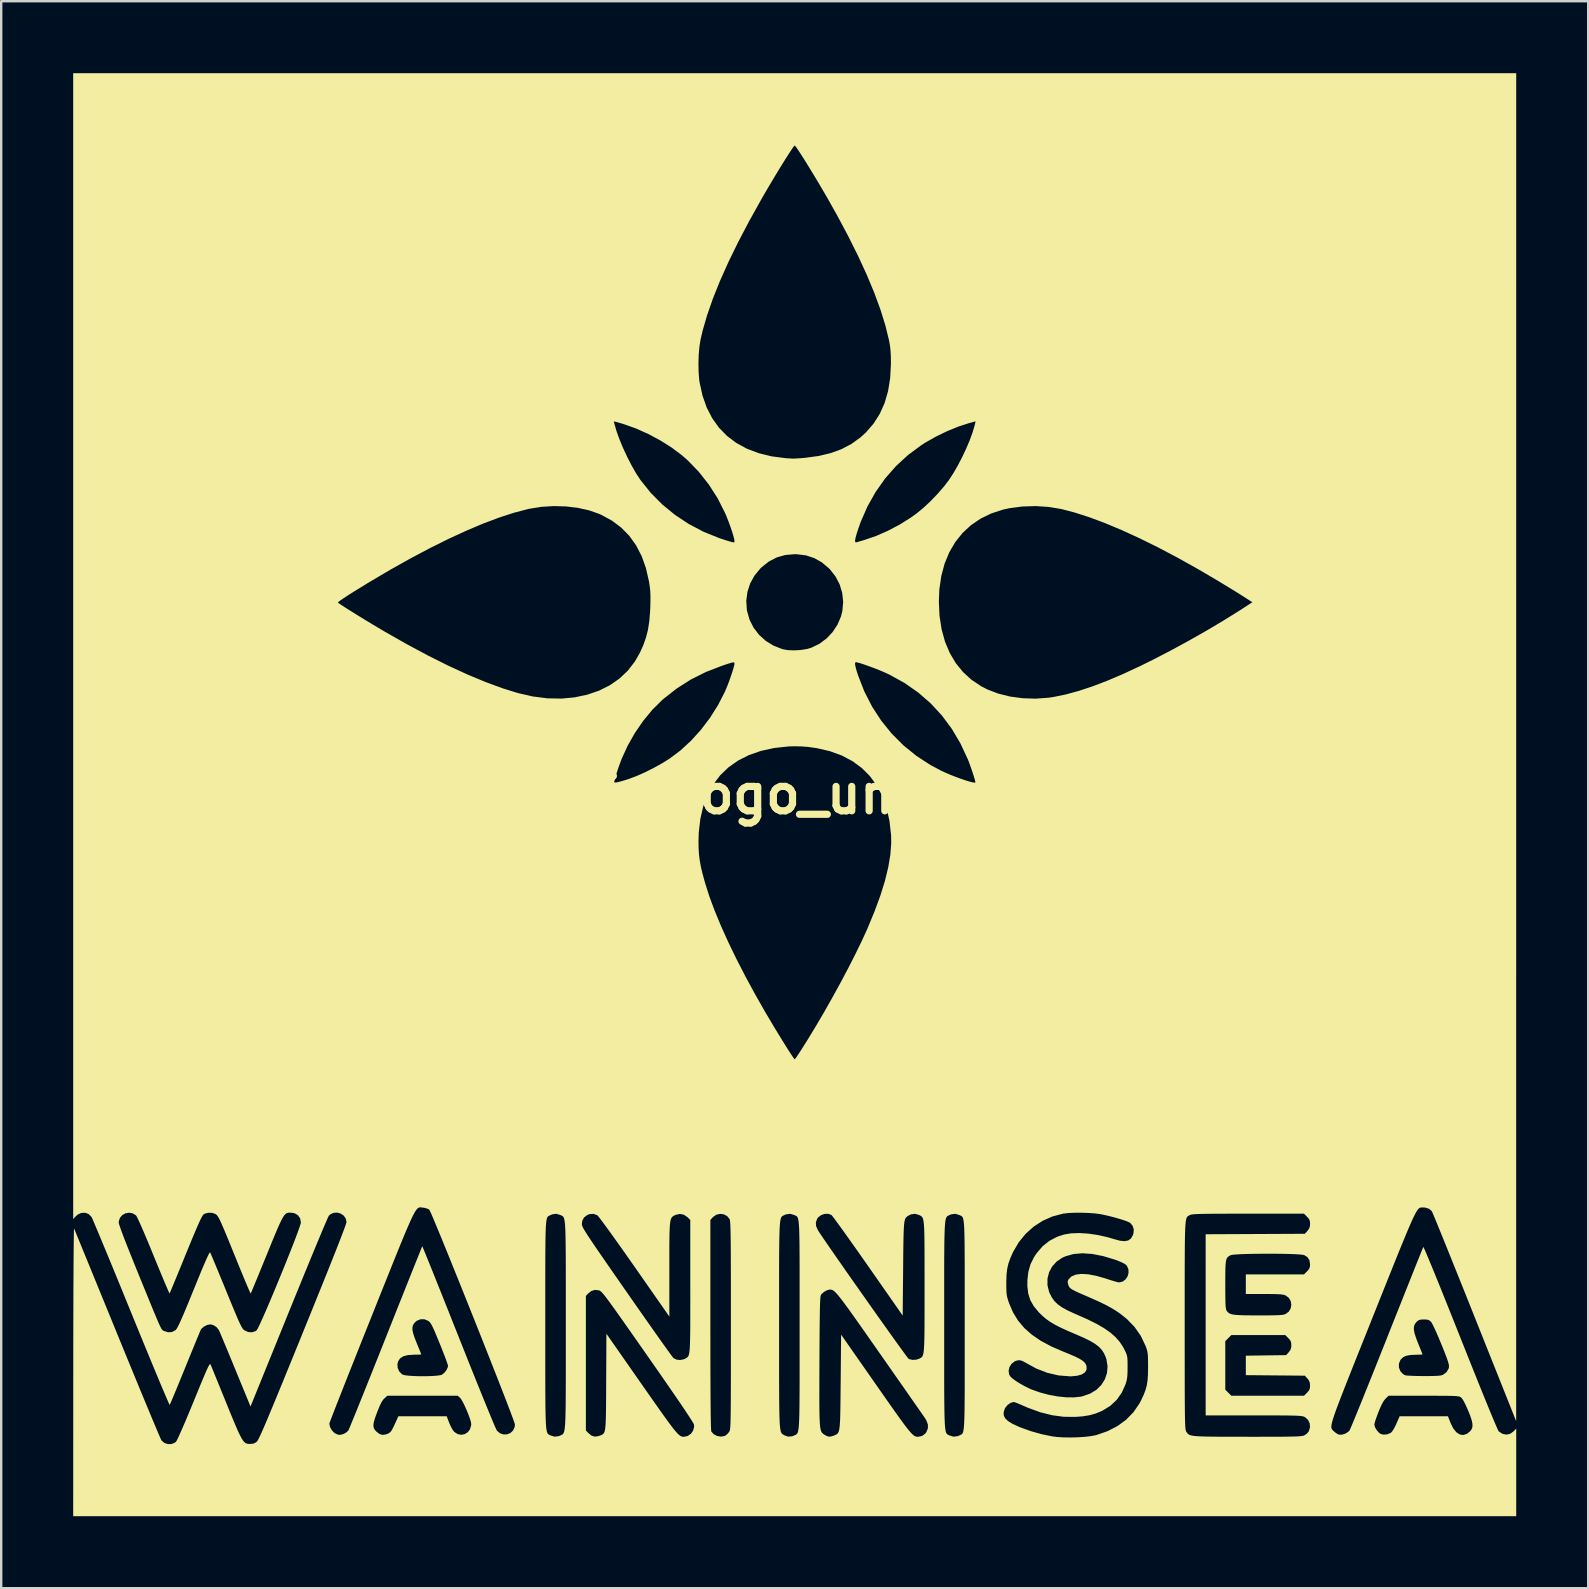
<source format=kicad_pcb>
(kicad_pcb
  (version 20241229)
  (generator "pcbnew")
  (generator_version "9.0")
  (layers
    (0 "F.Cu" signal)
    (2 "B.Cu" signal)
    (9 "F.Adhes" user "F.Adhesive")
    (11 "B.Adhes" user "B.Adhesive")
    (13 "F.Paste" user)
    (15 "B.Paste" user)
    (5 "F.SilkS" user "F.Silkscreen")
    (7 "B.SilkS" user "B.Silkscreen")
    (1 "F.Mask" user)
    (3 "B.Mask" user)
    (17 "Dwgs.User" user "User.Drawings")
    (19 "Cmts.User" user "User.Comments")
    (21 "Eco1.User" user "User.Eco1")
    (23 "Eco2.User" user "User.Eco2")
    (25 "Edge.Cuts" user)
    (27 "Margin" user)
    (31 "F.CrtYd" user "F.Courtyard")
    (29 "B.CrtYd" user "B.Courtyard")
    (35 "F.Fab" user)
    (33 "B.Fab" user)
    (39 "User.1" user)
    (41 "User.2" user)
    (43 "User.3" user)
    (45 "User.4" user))
  (footprint "1C23_powertrain_logo_unterschrift_inverted"
    (layer "F.Cu")
    (at 30.049 30.049)
    (property "Reference" "1C23_powertrain_logo_unterschrift_inverted" (at 0 0 0) (layer "F.SilkS") (effects (font (size 1.524 1.524) (thickness 0.3))))
    (attr board_only exclude_from_pos_files exclude_from_bom)
    (fp_poly (pts (xy 30.085 -1.962) (xy 30.084 26.125) (xy 28.358 21.799) (xy 28.142 21.256) (xy 27.932 20.732) (xy 27.731 20.23) (xy 27.54 19.755) (xy 27.361 19.31) (xy 27.196 18.901) (xy 27.047 18.532) (xy 26.914 18.206) (xy 26.801 17.928) (xy 26.708 17.702) (xy 26.638 17.533) (xy 26.592 17.424) (xy 26.572 17.381) (xy 26.46 17.277) (xy 26.296 17.225) (xy 26.198 17.218) (xy 26.16 17.218) (xy 26.125 17.219) (xy 26.092 17.225) (xy 26.059 17.239) (xy 26.025 17.265) (xy 25.987 17.306) (xy 25.945 17.366) (xy 25.897 17.448) (xy 25.841 17.555) (xy 25.775 17.692) (xy 25.699 17.86) (xy 25.61 18.065) (xy 25.507 18.31) (xy 25.388 18.597) (xy 25.251 18.93) (xy 25.096 19.313) (xy 24.921 19.749) (xy 24.723 20.242) (xy 24.502 20.795) (xy 24.256 21.412) (xy 24.097 21.809) (xy 23.837 22.461) (xy 23.602 23.048) (xy 23.393 23.572) (xy 23.207 24.039) (xy 23.044 24.451) (xy 22.902 24.811) (xy 22.78 25.125) (xy 22.677 25.394) (xy 22.591 25.623) (xy 22.522 25.816) (xy 22.469 25.976) (xy 22.429 26.106) (xy 22.402 26.211) (xy 22.386 26.293) (xy 22.381 26.357) (xy 22.385 26.407) (xy 22.396 26.445) (xy 22.415 26.475) (xy 22.439 26.501) (xy 22.467 26.528) (xy 22.497 26.557) (xy 22.592 26.632) (xy 22.688 26.682) (xy 22.701 26.686) (xy 22.831 26.686) (xy 22.974 26.64) (xy 23.097 26.559) (xy 23.137 26.516) (xy 23.16 26.469) (xy 23.208 26.358) (xy 23.246 26.269) (xy 24.173 26.269) (xy 24.2 26.375) (xy 24.269 26.496) (xy 24.361 26.602) (xy 24.434 26.656) (xy 24.562 26.687) (xy 24.711 26.673) (xy 24.849 26.617) (xy 24.872 26.6) (xy 24.927 26.537) (xy 24.996 26.424) (xy 25.068 26.283) (xy 25.093 26.227) (xy 25.227 25.921) (xy 27.241 25.921) (xy 27.352 26.204) (xy 27.463 26.427) (xy 27.59 26.586) (xy 27.729 26.678) (xy 27.876 26.702) (xy 28.026 26.655) (xy 28.157 26.554) (xy 28.225 26.466) (xy 28.261 26.365) (xy 28.262 26.239) (xy 28.229 26.08) (xy 28.16 25.875) (xy 28.074 25.663) (xy 27.977 25.447) (xy 27.892 25.28) (xy 27.821 25.172) (xy 27.79 25.14) (xy 27.764 25.121) (xy 27.731 25.106) (xy 27.686 25.093) (xy 27.621 25.084) (xy 27.528 25.077) (xy 27.401 25.072) (xy 27.231 25.069) (xy 27.012 25.067) (xy 26.736 25.066) (xy 26.396 25.065) (xy 26.231 25.065) (xy 24.767 25.065) (xy 24.641 25.186) (xy 24.565 25.279) (xy 24.486 25.418) (xy 24.397 25.613) (xy 24.344 25.744) (xy 24.278 25.919) (xy 24.224 26.075) (xy 24.187 26.197) (xy 24.173 26.267) (xy 24.173 26.269) (xy 23.246 26.269) (xy 23.28 26.187) (xy 23.374 25.96) (xy 23.487 25.683) (xy 23.619 25.36) (xy 23.766 24.994) (xy 23.928 24.592) (xy 24.103 24.158) (xy 24.274 23.729) (xy 25.197 23.729) (xy 25.198 23.89) (xy 25.256 24.04) (xy 25.366 24.16) (xy 25.456 24.212) (xy 25.515 24.222) (xy 25.636 24.23) (xy 25.805 24.238) (xy 26.009 24.243) (xy 26.229 24.245) (xy 26.499 24.244) (xy 26.703 24.24) (xy 26.852 24.232) (xy 26.954 24.218) (xy 27.019 24.2) (xy 27.029 24.195) (xy 27.181 24.083) (xy 27.267 23.938) (xy 27.283 23.871) (xy 27.284 23.816) (xy 27.271 23.74) (xy 27.241 23.634) (xy 27.191 23.489) (xy 27.118 23.297) (xy 27.019 23.049) (xy 26.962 22.908) (xy 26.856 22.652) (xy 26.757 22.424) (xy 26.669 22.232) (xy 26.597 22.087) (xy 26.545 21.997) (xy 26.531 21.979) (xy 26.46 21.921) (xy 26.375 21.893) (xy 26.248 21.886) (xy 26.237 21.886) (xy 26.106 21.892) (xy 26.019 21.918) (xy 25.946 21.974) (xy 25.936 21.984) (xy 25.863 22.076) (xy 25.824 22.18) (xy 25.819 22.307) (xy 25.85 22.468) (xy 25.917 22.674) (xy 25.993 22.869) (xy 26.062 23.039) (xy 26.12 23.183) (xy 26.161 23.288) (xy 26.18 23.34) (xy 26.181 23.343) (xy 26.147 23.349) (xy 26.056 23.353) (xy 25.927 23.356) (xy 25.893 23.357) (xy 25.664 23.368) (xy 25.494 23.402) (xy 25.369 23.462) (xy 25.275 23.555) (xy 25.259 23.578) (xy 25.197 23.729) (xy 24.274 23.729) (xy 24.287 23.695) (xy 24.481 23.209) (xy 24.682 22.705) (xy 24.696 22.668) (xy 24.896 22.164) (xy 25.089 21.678) (xy 25.273 21.217) (xy 25.445 20.783) (xy 25.605 20.382) (xy 25.75 20.018) (xy 25.879 19.695) (xy 25.989 19.419) (xy 26.08 19.194) (xy 26.148 19.023) (xy 26.193 18.912) (xy 26.213 18.866) (xy 26.213 18.865) (xy 26.23 18.892) (xy 26.274 18.985) (xy 26.341 19.14) (xy 26.431 19.354) (xy 26.543 19.624) (xy 26.676 19.946) (xy 26.827 20.317) (xy 26.995 20.733) (xy 27.179 21.191) (xy 27.378 21.688) (xy 27.59 22.22) (xy 27.76 22.647) (xy 27.994 23.235) (xy 28.213 23.785) (xy 28.418 24.294) (xy 28.605 24.76) (xy 28.775 25.179) (xy 28.926 25.548) (xy 29.056 25.864) (xy 29.165 26.124) (xy 29.251 26.325) (xy 29.313 26.464) (xy 29.35 26.539) (xy 29.357 26.55) (xy 29.512 26.652) (xy 29.676 26.686) (xy 29.835 26.651) (xy 29.979 26.548) (xy 29.982 26.544) (xy 30.086 26.433) (xy 30.086 30.086) (xy -30.049 30.086) (xy -30.046 24.052) (xy -30.046 23.389) (xy -30.045 22.748) (xy -30.044 22.132) (xy -30.042 21.545) (xy -30.041 20.991) (xy -30.039 20.473) (xy -30.036 19.995) (xy -30.034 19.562) (xy -30.031 19.178) (xy -30.028 18.845) (xy -30.025 18.568) (xy -30.022 18.35) (xy -30.019 18.197) (xy -30.015 18.11) (xy -30.012 18.092) (xy -29.995 18.136) (xy -29.951 18.243) (xy -29.882 18.412) (xy -29.79 18.636) (xy -29.677 18.913) (xy -29.544 19.237) (xy -29.393 19.605) (xy -29.227 20.012) (xy -29.046 20.455) (xy -28.852 20.929) (xy -28.647 21.429) (xy -28.433 21.952) (xy -28.212 22.494) (xy -28.21 22.499) (xy -27.988 23.041) (xy -27.773 23.566) (xy -27.567 24.067) (xy -27.371 24.542) (xy -27.188 24.987) (xy -27.018 25.396) (xy -26.864 25.766) (xy -26.728 26.093) (xy -26.611 26.371) (xy -26.515 26.598) (xy -26.442 26.769) (xy -26.394 26.879) (xy -26.371 26.925) (xy -26.371 26.925) (xy -26.256 27.027) (xy -26.11 27.079) (xy -25.956 27.079) (xy -25.815 27.023) (xy -25.762 26.979) (xy -25.731 26.927) (xy -25.675 26.814) (xy -25.598 26.644) (xy -25.502 26.427) (xy -25.39 26.169) (xy -25.267 25.875) (xy -25.133 25.555) (xy -25.022 25.284) (xy -24.868 24.908) (xy -24.74 24.595) (xy -24.634 24.342) (xy -24.549 24.141) (xy -24.482 23.988) (xy -24.43 23.877) (xy -24.391 23.804) (xy -24.364 23.763) (xy -24.344 23.748) (xy -24.33 23.754) (xy -24.324 23.765) (xy -24.302 23.818) (xy -24.254 23.932) (xy -24.185 24.101) (xy -24.098 24.315) (xy -23.995 24.568) (xy -23.879 24.852) (xy -23.753 25.16) (xy -23.671 25.363) (xy -23.514 25.75) (xy -23.38 26.074) (xy -23.268 26.34) (xy -23.174 26.554) (xy -23.094 26.722) (xy -23.026 26.849) (xy -22.965 26.941) (xy -22.909 27.004) (xy -22.855 27.043) (xy -22.798 27.064) (xy -22.736 27.072) (xy -22.667 27.073) (xy -22.535 27.06) (xy -22.434 27.008) (xy -22.391 26.971) (xy -22.369 26.944) (xy -22.34 26.894) (xy -22.3 26.816) (xy -22.249 26.708) (xy -22.185 26.567) (xy -22.107 26.39) (xy -22.038 26.229) (xy -19.375 26.229) (xy -19.346 26.367) (xy -19.269 26.506) (xy -19.164 26.613) (xy -19.145 26.626) (xy -19.025 26.685) (xy -18.919 26.696) (xy -18.791 26.66) (xy -18.763 26.649) (xy -18.661 26.589) (xy -18.584 26.515) (xy -18.581 26.509) (xy -18.56 26.464) (xy -18.513 26.354) (xy -18.487 26.289) (xy -17.539 26.289) (xy -17.528 26.393) (xy -17.486 26.479) (xy -17.414 26.56) (xy -17.413 26.56) (xy -17.281 26.661) (xy -17.154 26.698) (xy -17.011 26.675) (xy -16.936 26.647) (xy -16.87 26.612) (xy -16.815 26.561) (xy -16.76 26.478) (xy -16.694 26.349) (xy -16.651 26.256) (xy -16.498 25.921) (xy -14.484 25.921) (xy -14.379 26.196) (xy -14.314 26.343) (xy -14.242 26.474) (xy -14.177 26.563) (xy -14.171 26.569) (xy -14.028 26.663) (xy -13.877 26.693) (xy -13.731 26.664) (xy -13.604 26.584) (xy -13.511 26.459) (xy -13.465 26.295) (xy -13.462 26.243) (xy -13.478 26.146) (xy -13.522 26.003) (xy -13.585 25.831) (xy -13.661 25.647) (xy -13.741 25.468) (xy -13.82 25.313) (xy -13.888 25.198) (xy -13.929 25.149) (xy -14.024 25.065) (xy -16.956 25.065) (xy -17.078 25.173) (xy -17.142 25.242) (xy -17.205 25.342) (xy -17.274 25.485) (xy -17.356 25.683) (xy -17.382 25.748) (xy -17.466 25.979) (xy -17.519 26.155) (xy -17.539 26.289) (xy -18.487 26.289) (xy -18.443 26.183) (xy -18.351 25.958) (xy -18.238 25.681) (xy -18.108 25.358) (xy -17.961 24.993) (xy -17.8 24.591) (xy -17.626 24.157) (xy -17.458 23.736) (xy -16.536 23.736) (xy -16.529 23.896) (xy -16.466 24.046) (xy -16.358 24.161) (xy -16.314 24.187) (xy -16.226 24.211) (xy -16.08 24.229) (xy -15.891 24.242) (xy -15.675 24.25) (xy -15.447 24.252) (xy -15.222 24.248) (xy -15.017 24.239) (xy -14.847 24.224) (xy -14.726 24.204) (xy -14.686 24.19) (xy -14.581 24.108) (xy -14.491 23.992) (xy -14.437 23.871) (xy -14.429 23.817) (xy -14.443 23.763) (xy -14.481 23.65) (xy -14.54 23.489) (xy -14.616 23.29) (xy -14.705 23.064) (xy -14.776 22.888) (xy -14.887 22.618) (xy -14.974 22.409) (xy -15.044 22.252) (xy -15.1 22.137) (xy -15.146 22.057) (xy -15.188 22.002) (xy -15.229 21.963) (xy -15.25 21.947) (xy -15.41 21.879) (xy -15.576 21.878) (xy -15.73 21.941) (xy -15.813 22.013) (xy -15.877 22.101) (xy -15.91 22.199) (xy -15.912 22.318) (xy -15.881 22.469) (xy -15.816 22.663) (xy -15.731 22.878) (xy -15.662 23.047) (xy -15.604 23.188) (xy -15.564 23.29) (xy -15.545 23.339) (xy -15.545 23.341) (xy -15.579 23.347) (xy -15.67 23.352) (xy -15.801 23.354) (xy -15.844 23.355) (xy -16.099 23.371) (xy -16.292 23.421) (xy -16.427 23.508) (xy -16.509 23.635) (xy -16.536 23.736) (xy -17.458 23.736) (xy -17.441 23.694) (xy -17.247 23.207) (xy -17.046 22.702) (xy -17.021 22.637) (xy -16.82 22.132) (xy -16.627 21.646) (xy -16.443 21.184) (xy -16.27 20.75) (xy -16.11 20.349) (xy -15.965 19.986) (xy -15.837 19.664) (xy -15.726 19.389) (xy -15.636 19.164) (xy -15.568 18.994) (xy -15.523 18.884) (xy -15.503 18.838) (xy -15.503 18.837) (xy -15.487 18.869) (xy -15.446 18.966) (xy -15.382 19.123) (xy -15.295 19.336) (xy -15.188 19.6) (xy -15.062 19.912) (xy -14.92 20.267) (xy -14.763 20.66) (xy -14.592 21.087) (xy -14.41 21.543) (xy -14.219 22.025) (xy -14.019 22.528) (xy -13.982 22.62) (xy -13.78 23.128) (xy -13.585 23.619) (xy -13.397 24.087) (xy -13.22 24.527) (xy -13.055 24.936) (xy -12.904 25.308) (xy -12.768 25.639) (xy -12.651 25.924) (xy -12.553 26.159) (xy -12.476 26.339) (xy -12.422 26.46) (xy -12.394 26.517) (xy -12.392 26.519) (xy -12.261 26.63) (xy -12.114 26.679) (xy -11.964 26.673) (xy -11.828 26.617) (xy -11.719 26.515) (xy -11.653 26.372) (xy -11.64 26.264) (xy -11.654 26.213) (xy -11.693 26.099) (xy -11.757 25.925) (xy -11.842 25.698) (xy -11.947 25.423) (xy -12.07 25.104) (xy -12.209 24.747) (xy -12.361 24.356) (xy -12.526 23.938) (xy -12.7 23.495) (xy -12.882 23.035) (xy -13.069 22.562) (xy -13.261 22.08) (xy -13.454 21.596) (xy -13.647 21.113) (xy -13.829 20.659) (xy -10.376 20.659) (xy -10.376 21.236) (xy -10.376 21.883) (xy -10.376 22.1) (xy -10.376 22.773) (xy -10.376 23.375) (xy -10.376 23.911) (xy -10.375 24.385) (xy -10.374 24.799) (xy -10.372 25.16) (xy -10.37 25.47) (xy -10.366 25.733) (xy -10.36 25.954) (xy -10.354 26.137) (xy -10.346 26.285) (xy -10.335 26.402) (xy -10.323 26.492) (xy -10.309 26.56) (xy -10.292 26.61) (xy -10.272 26.644) (xy -10.25 26.668) (xy -10.225 26.685) (xy -10.197 26.7) (xy -10.165 26.716) (xy -10.161 26.718) (xy -9.991 26.77) (xy -9.817 26.751) (xy -9.747 26.722) (xy -9.713 26.706) (xy -9.683 26.691) (xy -9.656 26.674) (xy -9.632 26.65) (xy -9.611 26.617) (xy -9.593 26.569) (xy -9.579 26.51) (xy -8.684 26.51) (xy -8.591 26.61) (xy -8.453 26.725) (xy -8.312 26.77) (xy -8.155 26.747) (xy -8.095 26.725) (xy -8.043 26.704) (xy -7.999 26.683) (xy -7.962 26.656) (xy -7.931 26.617) (xy -7.906 26.561) (xy -7.887 26.482) (xy -7.872 26.373) (xy -7.861 26.229) (xy -7.853 26.044) (xy -7.848 25.811) (xy -7.844 25.526) (xy -7.841 25.182) (xy -7.839 24.774) (xy -7.838 24.482) (xy -7.828 22.482) (xy -6.368 24.573) (xy -6.074 24.992) (xy -5.82 25.355) (xy -5.601 25.665) (xy -5.415 25.927) (xy -5.258 26.143) (xy -5.127 26.32) (xy -5.018 26.46) (xy -4.928 26.568) (xy -4.854 26.649) (xy -4.792 26.705) (xy -4.74 26.742) (xy -4.693 26.763) (xy -4.648 26.773) (xy -4.602 26.776) (xy -4.593 26.776) (xy -4.439 26.742) (xy -4.308 26.651) (xy -4.215 26.519) (xy -4.173 26.363) (xy -4.177 26.272) (xy -4.202 26.217) (xy -4.269 26.105) (xy -4.378 25.935) (xy -4.529 25.706) (xy -4.722 25.419) (xy -4.959 25.073) (xy -5.238 24.668) (xy -5.56 24.203) (xy -5.925 23.679) (xy -6.097 23.433) (xy -6.425 22.964) (xy -6.714 22.552) (xy -6.966 22.193) (xy -7.183 21.884) (xy -7.37 21.62) (xy -7.528 21.399) (xy -7.66 21.216) (xy -7.769 21.068) (xy -7.858 20.95) (xy -7.93 20.859) (xy -7.987 20.792) (xy -8.033 20.744) (xy -8.07 20.711) (xy -8.1 20.691) (xy -8.128 20.678) (xy -8.143 20.673) (xy -8.312 20.654) (xy -8.465 20.705) (xy -8.596 20.813) (xy -8.684 20.906) (xy -8.684 26.51) (xy -9.579 26.51) (xy -9.577 26.502) (xy -9.564 26.413) (xy -9.553 26.298) (xy -9.544 26.153) (xy -9.537 25.974) (xy -9.531 25.756) (xy -9.527 25.496) (xy -9.524 25.19) (xy -9.522 24.834) (xy -9.521 24.423) (xy -9.52 23.955) (xy -9.52 23.424) (xy -9.52 22.827) (xy -9.52 22.16) (xy -9.52 22.111) (xy -9.52 21.441) (xy -9.52 20.842) (xy -9.52 20.309) (xy -9.521 19.839) (xy -9.522 19.427) (xy -9.524 19.069) (xy -9.527 18.762) (xy -9.531 18.501) (xy -9.536 18.283) (xy -9.543 18.103) (xy -9.552 17.957) (xy -9.556 17.909) (xy -8.851 17.909) (xy -8.849 17.939) (xy -8.84 17.975) (xy -8.822 18.02) (xy -8.793 18.08) (xy -8.75 18.157) (xy -8.689 18.256) (xy -8.61 18.38) (xy -8.508 18.535) (xy -8.382 18.722) (xy -8.229 18.948) (xy -8.045 19.214) (xy -7.83 19.526) (xy -7.579 19.888) (xy -7.291 20.303) (xy -6.989 20.736) (xy -6.71 21.137) (xy -6.441 21.521) (xy -6.186 21.885) (xy -5.948 22.223) (xy -5.731 22.531) (xy -5.537 22.805) (xy -5.369 23.039) (xy -5.232 23.23) (xy -5.128 23.373) (xy -5.061 23.463) (xy -5.035 23.494) (xy -4.912 23.559) (xy -4.76 23.577) (xy -4.604 23.547) (xy -4.536 23.516) (xy -4.499 23.494) (xy -4.466 23.473) (xy -4.438 23.447) (xy -4.414 23.412) (xy -4.394 23.362) (xy -4.378 23.292) (xy -4.365 23.198) (xy -4.354 23.074) (xy -4.347 22.915) (xy -4.341 22.716) (xy -4.337 22.472) (xy -4.334 22.178) (xy -4.334 22.112) (xy -3.496 22.112) (xy -3.495 22.862) (xy -3.495 23.538) (xy -3.493 24.143) (xy -3.491 24.677) (xy -3.489 25.142) (xy -3.485 25.538) (xy -3.482 25.868) (xy -3.477 26.132) (xy -3.472 26.332) (xy -3.466 26.468) (xy -3.46 26.543) (xy -3.456 26.557) (xy -3.358 26.668) (xy -3.218 26.741) (xy -3.06 26.768) (xy -2.91 26.744) (xy -2.871 26.726) (xy -2.789 26.661) (xy -2.714 26.57) (xy -2.713 26.569) (xy -2.702 26.551) (xy -2.692 26.528) (xy -2.683 26.497) (xy -2.676 26.454) (xy -2.669 26.394) (xy -2.663 26.314) (xy -2.658 26.209) (xy -2.654 26.075) (xy -2.651 25.909) (xy -2.648 25.705) (xy -2.646 25.461) (xy -2.644 25.171) (xy -2.643 24.832) (xy -2.642 24.441) (xy -2.641 23.991) (xy -2.641 23.481) (xy -2.641 22.905) (xy -2.641 22.259) (xy -2.641 22.135) (xy -2.641 21.468) (xy -2.641 20.872) (xy -2.641 20.803) (xy -0.632 20.803) (xy -0.632 21.398) (xy -0.632 22.063) (xy -0.632 22.111) (xy -0.632 22.78) (xy -0.632 23.38) (xy -0.632 23.913) (xy -0.632 24.384) (xy -0.63 24.796) (xy -0.629 25.154) (xy -0.626 25.462) (xy -0.622 25.724) (xy -0.616 25.943) (xy -0.61 26.124) (xy -0.601 26.271) (xy -0.591 26.387) (xy -0.578 26.477) (xy -0.564 26.545) (xy -0.546 26.595) (xy -0.527 26.631) (xy -0.504 26.656) (xy -0.478 26.675) (xy -0.45 26.692) (xy -0.418 26.711) (xy -0.258 26.769) (xy -0.088 26.755) (xy 0.001 26.72) (xy 0.034 26.704) (xy 0.064 26.69) (xy 0.09 26.674) (xy 0.114 26.651) (xy 0.134 26.619) (xy 0.152 26.573) (xy 0.167 26.509) (xy 0.18 26.422) (xy 0.191 26.31) (xy 0.2 26.168) (xy 0.207 25.991) (xy 0.212 25.777) (xy 0.216 25.521) (xy 0.219 25.219) (xy 0.22 25.032) (xy 1.045 25.032) (xy 1.046 25.372) (xy 1.048 25.659) (xy 1.052 25.896) (xy 1.059 26.09) (xy 1.068 26.245) (xy 1.08 26.366) (xy 1.096 26.459) (xy 1.115 26.528) (xy 1.138 26.58) (xy 1.166 26.618) (xy 1.199 26.648) (xy 1.237 26.675) (xy 1.261 26.691) (xy 1.381 26.757) (xy 1.491 26.771) (xy 1.62 26.737) (xy 1.653 26.723) (xy 1.708 26.701) (xy 1.755 26.678) (xy 1.795 26.65) (xy 1.827 26.61) (xy 1.853 26.553) (xy 1.874 26.473) (xy 1.89 26.363) (xy 1.902 26.217) (xy 1.912 26.031) (xy 1.918 25.797) (xy 1.923 25.51) (xy 1.927 25.163) (xy 1.931 24.752) (xy 1.934 24.491) (xy 1.952 22.518) (xy 3.399 24.59) (xy 3.691 25.008) (xy 3.944 25.369) (xy 4.161 25.677) (xy 4.346 25.936) (xy 4.502 26.152) (xy 4.632 26.327) (xy 4.74 26.465) (xy 4.829 26.572) (xy 4.902 26.651) (xy 4.963 26.707) (xy 5.015 26.743) (xy 5.062 26.764) (xy 5.107 26.773) (xy 5.152 26.776) (xy 5.163 26.776) (xy 5.326 26.741) (xy 5.46 26.642) (xy 5.504 26.582) (xy 5.569 26.423) (xy 5.569 26.262) (xy 5.502 26.087) (xy 5.442 25.99) (xy 5.4 25.929) (xy 5.319 25.812) (xy 5.202 25.644) (xy 5.052 25.43) (xy 4.874 25.175) (xy 4.671 24.883) (xy 4.446 24.561) (xy 4.202 24.213) (xy 3.944 23.843) (xy 3.674 23.457) (xy 3.544 23.271) (xy 3.221 22.81) (xy 2.938 22.406) (xy 2.691 22.055) (xy 2.478 21.754) (xy 2.296 21.499) (xy 2.141 21.287) (xy 2.011 21.112) (xy 1.902 20.972) (xy 1.813 20.863) (xy 1.739 20.78) (xy 1.678 20.721) (xy 1.626 20.681) (xy 1.582 20.657) (xy 1.541 20.645) (xy 1.502 20.64) (xy 1.48 20.64) (xy 1.367 20.667) (xy 1.243 20.736) (xy 1.14 20.826) (xy 1.109 20.87) (xy 1.099 20.901) (xy 1.09 20.96) (xy 1.083 21.052) (xy 1.076 21.181) (xy 1.071 21.352) (xy 1.066 21.57) (xy 1.062 21.838) (xy 1.058 22.161) (xy 1.055 22.545) (xy 1.052 22.992) (xy 1.05 23.509) (xy 1.049 23.636) (xy 1.047 24.169) (xy 1.046 24.633) (xy 1.045 25.032) (xy 0.22 25.032) (xy 0.221 24.868) (xy 0.223 24.462) (xy 0.223 23.999) (xy 0.223 23.474) (xy 0.223 22.883) (xy 0.223 22.222) (xy 0.223 22.1) (xy 0.223 21.431) (xy 0.223 20.832) (xy 0.223 20.3) (xy 0.223 19.83) (xy 0.222 19.418) (xy 0.22 19.061) (xy 0.218 18.754) (xy 0.214 18.494) (xy 0.209 18.276) (xy 0.203 18.097) (xy 0.194 17.952) (xy 0.185 17.846) (xy 0.9 17.846) (xy 0.909 17.991) (xy 0.979 18.154) (xy 1.013 18.21) (xy 1.093 18.331) (xy 1.207 18.5) (xy 1.351 18.71) (xy 1.521 18.957) (xy 1.713 19.234) (xy 1.925 19.537) (xy 2.151 19.861) (xy 2.388 20.2) (xy 2.633 20.548) (xy 2.881 20.9) (xy 3.129 21.252) (xy 3.373 21.597) (xy 3.609 21.93) (xy 3.834 22.246) (xy 4.044 22.54) (xy 4.234 22.806) (xy 4.402 23.038) (xy 4.543 23.233) (xy 4.654 23.383) (xy 4.73 23.484) (xy 4.769 23.531) (xy 4.772 23.534) (xy 4.922 23.571) (xy 5.089 23.562) (xy 5.208 23.521) (xy 5.249 23.501) (xy 5.284 23.48) (xy 5.315 23.455) (xy 5.341 23.421) (xy 5.362 23.372) (xy 5.38 23.302) (xy 5.395 23.208) (xy 5.406 23.085) (xy 5.414 22.926) (xy 5.421 22.727) (xy 5.425 22.483) (xy 5.428 22.189) (xy 5.429 21.839) (xy 5.43 21.43) (xy 5.43 20.955) (xy 5.43 20.795) (xy 6.248 20.795) (xy 6.248 21.388) (xy 6.248 22.051) (xy 6.248 22.127) (xy 6.248 22.798) (xy 6.248 23.398) (xy 6.248 23.932) (xy 6.248 24.403) (xy 6.249 24.816) (xy 6.251 25.175) (xy 6.254 25.483) (xy 6.258 25.744) (xy 6.263 25.964) (xy 6.27 26.144) (xy 6.278 26.291) (xy 6.289 26.407) (xy 6.301 26.496) (xy 6.315 26.563) (xy 6.332 26.612) (xy 6.352 26.646) (xy 6.374 26.669) (xy 6.4 26.686) (xy 6.428 26.701) (xy 6.46 26.717) (xy 6.462 26.718) (xy 6.632 26.77) (xy 6.807 26.751) (xy 6.88 26.72) (xy 6.913 26.705) (xy 6.943 26.692) (xy 6.97 26.678) (xy 6.993 26.658) (xy 7.014 26.63) (xy 7.032 26.588) (xy 7.047 26.529) (xy 7.06 26.449) (xy 7.071 26.344) (xy 7.08 26.209) (xy 7.087 26.042) (xy 7.092 25.838) (xy 7.094 25.757) (xy 8.725 25.757) (xy 8.73 25.887) (xy 8.789 26.007) (xy 8.907 26.12) (xy 9.089 26.232) (xy 9.338 26.349) (xy 9.447 26.393) (xy 9.865 26.543) (xy 10.293 26.663) (xy 10.729 26.755) (xy 10.95 26.784) (xy 11.219 26.801) (xy 11.513 26.804) (xy 11.816 26.797) (xy 12.105 26.778) (xy 12.363 26.748) (xy 12.569 26.709) (xy 12.588 26.704) (xy 13.053 26.543) (xy 13.466 26.331) (xy 13.825 26.069) (xy 14.13 25.758) (xy 14.378 25.4) (xy 14.466 25.233) (xy 14.566 25.015) (xy 14.639 24.822) (xy 14.69 24.634) (xy 14.722 24.433) (xy 14.738 24.198) (xy 14.744 23.912) (xy 14.744 23.857) (xy 14.743 23.629) (xy 14.739 23.46) (xy 14.731 23.333) (xy 14.716 23.231) (xy 14.692 23.137) (xy 14.658 23.037) (xy 14.637 22.983) (xy 14.443 22.574) (xy 14.183 22.201) (xy 13.861 21.867) (xy 13.566 21.633) (xy 13.384 21.511) (xy 13.196 21.397) (xy 12.989 21.285) (xy 12.749 21.167) (xy 12.461 21.037) (xy 12.239 20.94) (xy 12.08 20.871) (xy 16.27 20.871) (xy 16.27 21.472) (xy 16.27 22.125) (xy 16.27 22.786) (xy 16.27 23.376) (xy 16.271 23.9) (xy 16.271 24.361) (xy 16.272 24.765) (xy 16.273 25.114) (xy 16.275 25.414) (xy 16.277 25.667) (xy 16.28 25.879) (xy 16.283 26.053) (xy 16.288 26.193) (xy 16.292 26.303) (xy 16.298 26.388) (xy 16.304 26.451) (xy 16.312 26.497) (xy 16.32 26.529) (xy 16.33 26.552) (xy 16.338 26.567) (xy 16.366 26.608) (xy 16.394 26.643) (xy 16.428 26.673) (xy 16.475 26.698) (xy 16.539 26.719) (xy 16.626 26.735) (xy 16.743 26.748) (xy 16.893 26.757) (xy 17.084 26.764) (xy 17.321 26.769) (xy 17.608 26.772) (xy 17.953 26.773) (xy 18.36 26.774) (xy 18.836 26.774) (xy 18.886 26.775) (xy 19.356 26.775) (xy 19.757 26.774) (xy 20.096 26.773) (xy 20.377 26.772) (xy 20.607 26.769) (xy 20.791 26.765) (xy 20.936 26.761) (xy 21.046 26.754) (xy 21.128 26.747) (xy 21.188 26.737) (xy 21.231 26.726) (xy 21.259 26.715) (xy 21.36 26.646) (xy 21.436 26.558) (xy 21.441 26.55) (xy 21.492 26.382) (xy 21.48 26.216) (xy 21.41 26.069) (xy 21.288 25.96) (xy 21.259 25.944) (xy 21.224 25.931) (xy 21.177 25.919) (xy 21.111 25.91) (xy 21.021 25.902) (xy 20.9 25.896) (xy 20.743 25.892) (xy 20.542 25.888) (xy 20.292 25.886) (xy 19.987 25.884) (xy 19.62 25.884) (xy 19.186 25.883) (xy 19.137 25.883) (xy 17.144 25.883) (xy 17.144 24.812) (xy 17.962 24.812) (xy 18.089 24.939) (xy 18.215 25.065) (xy 21.242 25.065) (xy 21.369 24.939) (xy 21.45 24.845) (xy 21.487 24.755) (xy 21.495 24.642) (xy 21.482 24.51) (xy 21.433 24.407) (xy 21.387 24.35) (xy 21.278 24.229) (xy 20.048 24.218) (xy 18.818 24.207) (xy 18.818 23.396) (xy 19.657 23.384) (xy 20.497 23.373) (xy 20.606 23.252) (xy 20.681 23.148) (xy 20.711 23.036) (xy 20.714 22.96) (xy 20.705 22.84) (xy 20.666 22.752) (xy 20.588 22.663) (xy 20.461 22.536) (xy 18.215 22.536) (xy 18.089 22.663) (xy 17.962 22.789) (xy 17.962 24.812) (xy 17.144 24.812) (xy 17.144 20.435) (xy 17.962 20.435) (xy 17.963 20.742) (xy 17.965 20.982) (xy 17.968 21.166) (xy 17.974 21.302) (xy 17.983 21.398) (xy 17.995 21.464) (xy 18.011 21.508) (xy 18.023 21.528) (xy 18.064 21.58) (xy 18.113 21.622) (xy 18.176 21.654) (xy 18.264 21.678) (xy 18.385 21.695) (xy 18.546 21.706) (xy 18.757 21.713) (xy 19.026 21.716) (xy 19.333 21.717) (xy 19.644 21.717) (xy 19.889 21.715) (xy 20.079 21.711) (xy 20.221 21.705) (xy 20.325 21.696) (xy 20.4 21.684) (xy 20.455 21.667) (xy 20.478 21.658) (xy 20.609 21.559) (xy 20.687 21.426) (xy 20.714 21.274) (xy 20.689 21.123) (xy 20.612 20.988) (xy 20.483 20.889) (xy 20.478 20.887) (xy 20.421 20.865) (xy 20.345 20.849) (xy 20.24 20.838) (xy 20.095 20.831) (xy 19.899 20.827) (xy 19.642 20.826) (xy 19.584 20.826) (xy 18.818 20.826) (xy 18.818 20.008) (xy 21.242 20.008) (xy 21.369 19.881) (xy 21.451 19.786) (xy 21.488 19.695) (xy 21.495 19.592) (xy 21.468 19.417) (xy 21.383 19.287) (xy 21.25 19.204) (xy 21.175 19.189) (xy 21.038 19.176) (xy 20.848 19.165) (xy 20.615 19.157) (xy 20.35 19.151) (xy 20.063 19.148) (xy 19.764 19.147) (xy 19.464 19.148) (xy 19.172 19.151) (xy 18.899 19.157) (xy 18.656 19.164) (xy 18.452 19.175) (xy 18.298 19.187) (xy 18.204 19.201) (xy 18.186 19.208) (xy 18.122 19.242) (xy 18.072 19.279) (xy 18.033 19.325) (xy 18.005 19.391) (xy 17.986 19.485) (xy 17.973 19.615) (xy 17.966 19.79) (xy 17.963 20.018) (xy 17.962 20.31) (xy 17.962 20.435) (xy 17.144 20.435) (xy 17.144 18.336) (xy 19.211 18.326) (xy 21.278 18.316) (xy 21.387 18.194) (xy 21.462 18.09) (xy 21.492 17.979) (xy 21.495 17.902) (xy 21.486 17.783) (xy 21.447 17.694) (xy 21.369 17.605) (xy 21.242 17.479) (xy 18.911 17.479) (xy 18.433 17.479) (xy 18.024 17.479) (xy 17.678 17.48) (xy 17.389 17.482) (xy 17.153 17.485) (xy 16.963 17.488) (xy 16.813 17.493) (xy 16.699 17.498) (xy 16.614 17.506) (xy 16.554 17.514) (xy 16.511 17.525) (xy 16.482 17.537) (xy 16.474 17.541) (xy 16.443 17.558) (xy 16.416 17.573) (xy 16.392 17.591) (xy 16.37 17.615) (xy 16.351 17.65) (xy 16.335 17.699) (xy 16.321 17.766) (xy 16.309 17.856) (xy 16.3 17.973) (xy 16.291 18.12) (xy 16.285 18.301) (xy 16.28 18.521) (xy 16.276 18.783) (xy 16.274 19.092) (xy 16.272 19.451) (xy 16.271 19.865) (xy 16.27 20.337) (xy 16.27 20.871) (xy 12.08 20.871) (xy 11.991 20.833) (xy 11.802 20.749) (xy 11.664 20.683) (xy 11.567 20.629) (xy 11.502 20.581) (xy 11.461 20.535) (xy 11.434 20.483) (xy 11.417 20.435) (xy 11.393 20.333) (xy 11.406 20.259) (xy 11.433 20.212) (xy 11.555 20.091) (xy 11.734 20.017) (xy 11.967 19.988) (xy 12.252 20.005) (xy 12.585 20.068) (xy 12.965 20.176) (xy 13.023 20.196) (xy 13.198 20.252) (xy 13.353 20.299) (xy 13.471 20.331) (xy 13.536 20.342) (xy 13.536 20.342) (xy 13.683 20.309) (xy 13.802 20.222) (xy 13.887 20.097) (xy 13.93 19.95) (xy 13.926 19.799) (xy 13.867 19.66) (xy 13.825 19.609) (xy 13.754 19.561) (xy 13.631 19.5) (xy 13.477 19.435) (xy 13.368 19.395) (xy 12.872 19.246) (xy 12.419 19.157) (xy 12.007 19.128) (xy 11.637 19.16) (xy 11.307 19.252) (xy 11.171 19.313) (xy 10.932 19.474) (xy 10.747 19.68) (xy 10.619 19.919) (xy 10.553 20.181) (xy 10.551 20.455) (xy 10.618 20.731) (xy 10.65 20.809) (xy 10.741 20.981) (xy 10.85 21.129) (xy 10.987 21.261) (xy 11.163 21.385) (xy 11.387 21.508) (xy 11.669 21.639) (xy 11.77 21.682) (xy 12.213 21.878) (xy 12.589 22.064) (xy 12.904 22.246) (xy 13.167 22.429) (xy 13.382 22.616) (xy 13.557 22.814) (xy 13.698 23.026) (xy 13.753 23.13) (xy 13.81 23.247) (xy 13.848 23.339) (xy 13.872 23.427) (xy 13.884 23.53) (xy 13.889 23.667) (xy 13.89 23.857) (xy 13.89 23.873) (xy 13.888 24.089) (xy 13.879 24.251) (xy 13.862 24.38) (xy 13.833 24.499) (xy 13.804 24.589) (xy 13.647 24.939) (xy 13.435 25.238) (xy 13.17 25.486) (xy 12.851 25.683) (xy 12.812 25.702) (xy 12.559 25.806) (xy 12.302 25.878) (xy 12.019 25.924) (xy 11.71 25.947) (xy 11.228 25.942) (xy 10.745 25.877) (xy 10.25 25.753) (xy 9.735 25.565) (xy 9.534 25.478) (xy 9.385 25.414) (xy 9.26 25.362) (xy 9.175 25.332) (xy 9.149 25.326) (xy 9.022 25.358) (xy 8.896 25.443) (xy 8.796 25.562) (xy 8.77 25.61) (xy 8.725 25.757) (xy 7.094 25.757) (xy 7.097 25.592) (xy 7.1 25.301) (xy 7.102 24.962) (xy 7.103 24.569) (xy 7.103 24.12) (xy 7.103 23.609) (xy 7.103 23.034) (xy 7.103 22.39) (xy 7.103 22.127) (xy 7.103 21.456) (xy 7.103 20.855) (xy 7.103 20.38) (xy 8.836 20.38) (xy 8.837 20.59) (xy 8.843 20.747) (xy 8.856 20.871) (xy 8.879 20.983) (xy 8.915 21.103) (xy 8.951 21.207) (xy 9.114 21.587) (xy 9.324 21.931) (xy 9.585 22.241) (xy 9.903 22.523) (xy 10.281 22.78) (xy 10.723 23.016) (xy 11.164 23.207) (xy 11.456 23.326) (xy 11.687 23.425) (xy 11.862 23.511) (xy 11.99 23.587) (xy 12.079 23.659) (xy 12.137 23.731) (xy 12.172 23.809) (xy 12.181 23.845) (xy 12.179 23.983) (xy 12.111 24.095) (xy 11.978 24.179) (xy 11.786 24.233) (xy 11.536 24.256) (xy 11.491 24.256) (xy 11.015 24.219) (xy 10.543 24.109) (xy 10.078 23.928) (xy 9.645 23.69) (xy 9.494 23.609) (xy 9.368 23.582) (xy 9.245 23.607) (xy 9.182 23.635) (xy 9.052 23.737) (xy 8.967 23.872) (xy 8.932 24.023) (xy 8.952 24.17) (xy 9.001 24.259) (xy 9.088 24.342) (xy 9.227 24.444) (xy 9.402 24.555) (xy 9.596 24.664) (xy 9.793 24.762) (xy 9.891 24.805) (xy 10.237 24.928) (xy 10.602 25.025) (xy 10.97 25.093) (xy 11.326 25.13) (xy 11.655 25.134) (xy 11.94 25.103) (xy 12.024 25.084) (xy 12.338 24.973) (xy 12.594 24.817) (xy 12.798 24.613) (xy 12.94 24.387) (xy 13.032 24.122) (xy 13.056 23.839) (xy 13.011 23.554) (xy 12.979 23.455) (xy 12.907 23.294) (xy 12.815 23.153) (xy 12.694 23.025) (xy 12.536 22.903) (xy 12.333 22.782) (xy 12.076 22.655) (xy 11.756 22.515) (xy 11.728 22.503) (xy 11.382 22.355) (xy 11.097 22.224) (xy 10.86 22.102) (xy 10.662 21.984) (xy 10.491 21.862) (xy 10.336 21.731) (xy 10.187 21.584) (xy 10.185 21.582) (xy 9.98 21.333) (xy 9.836 21.079) (xy 9.749 20.805) (xy 9.713 20.494) (xy 9.715 20.252) (xy 9.755 19.901) (xy 9.843 19.59) (xy 9.987 19.298) (xy 10.096 19.132) (xy 10.347 18.838) (xy 10.635 18.608) (xy 10.965 18.437) (xy 11.241 18.347) (xy 11.532 18.298) (xy 11.873 18.285) (xy 12.249 18.309) (xy 12.645 18.366) (xy 13.047 18.456) (xy 13.326 18.538) (xy 13.574 18.605) (xy 13.769 18.624) (xy 13.919 18.594) (xy 14.03 18.513) (xy 14.108 18.379) (xy 14.133 18.309) (xy 14.149 18.144) (xy 14.106 17.992) (xy 14.01 17.873) (xy 13.955 17.837) (xy 13.84 17.788) (xy 13.671 17.73) (xy 13.465 17.668) (xy 13.241 17.607) (xy 13.017 17.552) (xy 12.812 17.508) (xy 12.744 17.495) (xy 12.518 17.466) (xy 12.25 17.447) (xy 11.964 17.438) (xy 11.681 17.439) (xy 11.424 17.451) (xy 11.216 17.475) (xy 11.194 17.479) (xy 10.757 17.595) (xy 10.348 17.777) (xy 9.974 18.02) (xy 9.641 18.319) (xy 9.355 18.67) (xy 9.123 19.066) (xy 9.109 19.096) (xy 8.999 19.345) (xy 8.922 19.565) (xy 8.873 19.781) (xy 8.846 20.017) (xy 8.836 20.296) (xy 8.836 20.38) (xy 7.103 20.38) (xy 7.103 20.321) (xy 7.103 19.848) (xy 7.102 19.435) (xy 7.1 19.076) (xy 7.098 18.767) (xy 7.094 18.505) (xy 7.089 18.285) (xy 7.083 18.104) (xy 7.075 17.958) (xy 7.064 17.842) (xy 7.052 17.753) (xy 7.038 17.687) (xy 7.021 17.639) (xy 7.001 17.606) (xy 6.979 17.583) (xy 6.954 17.568) (xy 6.925 17.555) (xy 6.893 17.541) (xy 6.88 17.534) (xy 6.709 17.483) (xy 6.538 17.506) (xy 6.47 17.535) (xy 6.436 17.551) (xy 6.407 17.565) (xy 6.38 17.581) (xy 6.357 17.604) (xy 6.336 17.636) (xy 6.319 17.683) (xy 6.303 17.747) (xy 6.291 17.834) (xy 6.28 17.947) (xy 6.271 18.09) (xy 6.264 18.267) (xy 6.258 18.482) (xy 6.254 18.739) (xy 6.251 19.042) (xy 6.249 19.395) (xy 6.248 19.803) (xy 6.248 20.268) (xy 6.248 20.795) (xy 5.43 20.795) (xy 5.43 20.528) (xy 5.43 19.998) (xy 5.429 19.537) (xy 5.429 19.14) (xy 5.427 18.803) (xy 5.424 18.519) (xy 5.42 18.285) (xy 5.413 18.095) (xy 5.404 17.944) (xy 5.392 17.826) (xy 5.377 17.738) (xy 5.358 17.673) (xy 5.336 17.627) (xy 5.309 17.595) (xy 5.277 17.572) (xy 5.241 17.552) (xy 5.208 17.535) (xy 5.036 17.483) (xy 4.867 17.506) (xy 4.772 17.551) (xy 4.726 17.579) (xy 4.687 17.607) (xy 4.654 17.64) (xy 4.627 17.685) (xy 4.606 17.747) (xy 4.588 17.833) (xy 4.575 17.949) (xy 4.565 18.101) (xy 4.557 18.295) (xy 4.551 18.538) (xy 4.546 18.834) (xy 4.542 19.191) (xy 4.538 19.614) (xy 4.537 19.759) (xy 4.518 21.723) (xy 3.075 19.657) (xy 2.829 19.306) (xy 2.594 18.972) (xy 2.373 18.66) (xy 2.171 18.376) (xy 1.991 18.125) (xy 1.836 17.911) (xy 1.711 17.74) (xy 1.619 17.618) (xy 1.564 17.548) (xy 1.551 17.535) (xy 1.418 17.483) (xy 1.266 17.487) (xy 1.118 17.538) (xy 0.997 17.632) (xy 0.949 17.701) (xy 0.9 17.846) (xy 0.185 17.846) (xy 0.184 17.837) (xy 0.172 17.749) (xy 0.157 17.684) (xy 0.14 17.637) (xy 0.12 17.604) (xy 0.098 17.582) (xy 0.072 17.567) (xy 0.043 17.554) (xy 0.011 17.54) (xy -0.000411 17.534) (xy -0.171 17.483) (xy -0.342 17.506) (xy -0.41 17.535) (xy -0.444 17.551) (xy -0.473 17.565) (xy -0.5 17.581) (xy -0.523 17.604) (xy -0.544 17.636) (xy -0.562 17.683) (xy -0.577 17.748) (xy -0.59 17.835) (xy -0.6 17.948) (xy -0.609 18.092) (xy -0.616 18.269) (xy -0.622 18.485) (xy -0.626 18.743) (xy -0.629 19.047) (xy -0.631 19.401) (xy -0.632 19.809) (xy -0.632 20.275) (xy -0.632 20.803) (xy -2.641 20.803) (xy -2.641 20.343) (xy -2.642 19.876) (xy -2.644 19.467) (xy -2.645 19.113) (xy -2.647 18.81) (xy -2.65 18.553) (xy -2.653 18.339) (xy -2.657 18.164) (xy -2.661 18.023) (xy -2.666 17.914) (xy -2.672 17.831) (xy -2.679 17.771) (xy -2.687 17.73) (xy -2.695 17.704) (xy -2.697 17.701) (xy -2.798 17.578) (xy -2.937 17.505) (xy -3.093 17.486) (xy -3.248 17.521) (xy -3.382 17.614) (xy -3.393 17.626) (xy -3.496 17.74) (xy -3.496 22.112) (xy -4.334 22.112) (xy -4.333 21.829) (xy -4.333 21.42) (xy -4.332 20.946) (xy -4.333 20.505) (xy -4.333 17.741) (xy -4.446 17.627) (xy -4.597 17.522) (xy -4.765 17.488) (xy -4.938 17.525) (xy -4.957 17.533) (xy -5.01 17.559) (xy -5.054 17.585) (xy -5.091 17.617) (xy -5.122 17.662) (xy -5.147 17.726) (xy -5.166 17.814) (xy -5.181 17.932) (xy -5.191 18.087) (xy -5.199 18.284) (xy -5.203 18.529) (xy -5.205 18.829) (xy -5.206 19.188) (xy -5.206 19.614) (xy -5.206 19.804) (xy -5.206 21.765) (xy -6.657 19.687) (xy -6.909 19.327) (xy -7.149 18.987) (xy -7.374 18.67) (xy -7.58 18.382) (xy -7.763 18.129) (xy -7.92 17.915) (xy -8.047 17.744) (xy -8.14 17.623) (xy -8.197 17.556) (xy -8.21 17.544) (xy -8.367 17.485) (xy -8.536 17.498) (xy -8.627 17.534) (xy -8.763 17.639) (xy -8.836 17.781) (xy -8.851 17.909) (xy -9.556 17.909) (xy -9.562 17.842) (xy -9.575 17.753) (xy -9.59 17.687) (xy -9.607 17.639) (xy -9.628 17.606) (xy -9.651 17.583) (xy -9.677 17.566) (xy -9.707 17.552) (xy -9.74 17.536) (xy -9.742 17.535) (xy -9.914 17.483) (xy -10.084 17.505) (xy -10.152 17.534) (xy -10.186 17.55) (xy -10.216 17.563) (xy -10.243 17.577) (xy -10.266 17.597) (xy -10.287 17.625) (xy -10.305 17.667) (xy -10.32 17.727) (xy -10.333 17.807) (xy -10.344 17.913) (xy -10.353 18.048) (xy -10.36 18.216) (xy -10.365 18.421) (xy -10.369 18.668) (xy -10.372 18.96) (xy -10.374 19.301) (xy -10.375 19.695) (xy -10.376 20.146) (xy -10.376 20.659) (xy -13.829 20.659) (xy -13.837 20.638) (xy -14.024 20.174) (xy -14.204 19.728) (xy -14.375 19.304) (xy -14.536 18.907) (xy -14.685 18.543) (xy -14.82 18.216) (xy -14.938 17.931) (xy -15.037 17.694) (xy -15.116 17.509) (xy -15.173 17.382) (xy -15.205 17.318) (xy -15.21 17.311) (xy -15.291 17.268) (xy -15.41 17.235) (xy -15.463 17.228) (xy -15.509 17.222) (xy -15.55 17.216) (xy -15.588 17.214) (xy -15.625 17.218) (xy -15.661 17.233) (xy -15.699 17.261) (xy -15.741 17.306) (xy -15.787 17.372) (xy -15.84 17.462) (xy -15.901 17.579) (xy -15.971 17.727) (xy -16.053 17.909) (xy -16.148 18.128) (xy -16.258 18.389) (xy -16.384 18.694) (xy -16.527 19.046) (xy -16.69 19.45) (xy -16.874 19.909) (xy -17.081 20.425) (xy -17.312 21.003) (xy -17.569 21.646) (xy -17.624 21.784) (xy -17.842 22.33) (xy -18.052 22.856) (xy -18.252 23.36) (xy -18.442 23.837) (xy -18.619 24.283) (xy -18.781 24.694) (xy -18.927 25.065) (xy -19.056 25.392) (xy -19.165 25.672) (xy -19.253 25.9) (xy -19.319 26.071) (xy -19.36 26.182) (xy -19.375 26.229) (xy -19.375 26.229) (xy -22.038 26.229) (xy -22.014 26.173) (xy -21.905 25.913) (xy -21.777 25.608) (xy -21.63 25.253) (xy -21.463 24.847) (xy -21.273 24.385) (xy -21.061 23.864) (xy -20.823 23.282) (xy -20.56 22.635) (xy -20.468 22.407) (xy -20.169 21.671) (xy -19.899 21.003) (xy -19.656 20.402) (xy -19.441 19.866) (xy -19.253 19.395) (xy -19.091 18.987) (xy -18.956 18.642) (xy -18.846 18.358) (xy -18.762 18.135) (xy -18.703 17.971) (xy -18.669 17.866) (xy -18.658 17.819) (xy -18.695 17.668) (xy -18.785 17.55) (xy -18.911 17.469) (xy -19.057 17.432) (xy -19.205 17.444) (xy -19.341 17.511) (xy -19.394 17.562) (xy -19.418 17.607) (xy -19.467 17.717) (xy -19.541 17.887) (xy -19.637 18.112) (xy -19.753 18.389) (xy -19.888 18.712) (xy -20.04 19.078) (xy -20.206 19.482) (xy -20.386 19.918) (xy -20.576 20.384) (xy -20.777 20.874) (xy -20.984 21.385) (xy -21.064 21.581) (xy -22.659 25.512) (xy -23.298 23.959) (xy -23.431 23.636) (xy -23.556 23.332) (xy -23.671 23.055) (xy -23.773 22.812) (xy -23.857 22.609) (xy -23.922 22.456) (xy -23.965 22.358) (xy -23.98 22.326) (xy -24.075 22.207) (xy -24.203 22.123) (xy -24.335 22.09) (xy -24.336 22.09) (xy -24.467 22.117) (xy -24.6 22.183) (xy -24.703 22.272) (xy -24.729 22.31) (xy -24.751 22.359) (xy -24.798 22.47) (xy -24.866 22.635) (xy -24.954 22.847) (xy -25.057 23.098) (xy -25.172 23.38) (xy -25.298 23.688) (xy -25.385 23.902) (xy -25.514 24.219) (xy -25.635 24.515) (xy -25.745 24.782) (xy -25.842 25.015) (xy -25.921 25.204) (xy -25.981 25.344) (xy -26.017 25.426) (xy -26.028 25.447) (xy -26.045 25.417) (xy -26.088 25.322) (xy -26.156 25.167) (xy -26.246 24.956) (xy -26.358 24.694) (xy -26.487 24.384) (xy -26.635 24.03) (xy -26.797 23.639) (xy -26.973 23.212) (xy -27.161 22.756) (xy -27.358 22.274) (xy -27.564 21.77) (xy -27.633 21.6) (xy -27.843 21.087) (xy -28.045 20.591) (xy -28.239 20.118) (xy -28.422 19.672) (xy -28.593 19.258) (xy -28.75 18.88) (xy -28.89 18.542) (xy -29.012 18.249) (xy -29.115 18.005) (xy -29.184 17.843) (xy -28.152 17.843) (xy -28.138 17.912) (xy -28.094 18.047) (xy -28.022 18.248) (xy -27.921 18.515) (xy -27.79 18.85) (xy -27.63 19.251) (xy -27.441 19.72) (xy -27.347 19.951) (xy -27.16 20.41) (xy -26.998 20.805) (xy -26.861 21.141) (xy -26.745 21.424) (xy -26.648 21.657) (xy -26.569 21.845) (xy -26.505 21.995) (xy -26.454 22.11) (xy -26.413 22.195) (xy -26.381 22.256) (xy -26.355 22.297) (xy -26.334 22.324) (xy -26.314 22.34) (xy -26.294 22.352) (xy -26.271 22.363) (xy -26.268 22.365) (xy -26.1 22.42) (xy -25.937 22.411) (xy -25.794 22.339) (xy -25.776 22.323) (xy -25.742 22.281) (xy -25.698 22.207) (xy -25.642 22.098) (xy -25.572 21.946) (xy -25.485 21.748) (xy -25.379 21.498) (xy -25.251 21.192) (xy -25.101 20.823) (xy -25.022 20.63) (xy -24.859 20.23) (xy -24.722 19.896) (xy -24.608 19.626) (xy -24.516 19.414) (xy -24.445 19.258) (xy -24.394 19.155) (xy -24.36 19.101) (xy -24.342 19.093) (xy -24.342 19.093) (xy -24.321 19.138) (xy -24.275 19.244) (xy -24.207 19.405) (xy -24.12 19.613) (xy -24.017 19.862) (xy -23.901 20.143) (xy -23.774 20.45) (xy -23.672 20.701) (xy -23.52 21.072) (xy -23.393 21.38) (xy -23.288 21.631) (xy -23.203 21.832) (xy -23.133 21.989) (xy -23.077 22.108) (xy -23.031 22.195) (xy -22.993 22.257) (xy -22.96 22.299) (xy -22.928 22.328) (xy -22.911 22.34) (xy -22.754 22.411) (xy -22.592 22.421) (xy -22.448 22.371) (xy -22.406 22.341) (xy -22.372 22.289) (xy -22.314 22.176) (xy -22.235 22.007) (xy -22.137 21.791) (xy -22.025 21.535) (xy -21.901 21.247) (xy -21.768 20.933) (xy -21.629 20.6) (xy -21.487 20.257) (xy -21.345 19.91) (xy -21.205 19.567) (xy -21.072 19.235) (xy -20.948 18.922) (xy -20.836 18.634) (xy -20.739 18.379) (xy -20.66 18.165) (xy -20.602 17.998) (xy -20.568 17.886) (xy -20.56 17.842) (xy -20.593 17.671) (xy -20.685 17.541) (xy -20.827 17.459) (xy -20.979 17.435) (xy -21.044 17.435) (xy -21.101 17.441) (xy -21.152 17.458) (xy -21.203 17.492) (xy -21.254 17.548) (xy -21.31 17.633) (xy -21.374 17.751) (xy -21.449 17.908) (xy -21.538 18.109) (xy -21.645 18.361) (xy -21.772 18.669) (xy -21.922 19.038) (xy -21.981 19.183) (xy -22.114 19.509) (xy -22.239 19.814) (xy -22.352 20.09) (xy -22.452 20.331) (xy -22.534 20.529) (xy -22.597 20.679) (xy -22.637 20.774) (xy -22.652 20.805) (xy -22.669 20.776) (xy -22.711 20.684) (xy -22.775 20.537) (xy -22.858 20.343) (xy -22.956 20.107) (xy -23.067 19.837) (xy -23.189 19.541) (xy -23.26 19.364) (xy -23.422 18.966) (xy -23.558 18.632) (xy -23.672 18.354) (xy -23.766 18.129) (xy -23.844 17.949) (xy -23.906 17.809) (xy -23.957 17.704) (xy -23.999 17.627) (xy -24.035 17.572) (xy -24.066 17.534) (xy -24.097 17.508) (xy -24.114 17.496) (xy -24.245 17.446) (xy -24.401 17.438) (xy -24.547 17.47) (xy -24.612 17.505) (xy -24.642 17.538) (xy -24.682 17.601) (xy -24.733 17.699) (xy -24.798 17.837) (xy -24.879 18.02) (xy -24.979 18.254) (xy -25.1 18.543) (xy -25.244 18.893) (xy -25.362 19.18) (xy -25.494 19.506) (xy -25.619 19.81) (xy -25.732 20.086) (xy -25.832 20.327) (xy -25.914 20.526) (xy -25.977 20.675) (xy -26.018 20.77) (xy -26.032 20.801) (xy -26.05 20.771) (xy -26.092 20.679) (xy -26.156 20.532) (xy -26.24 20.335) (xy -26.34 20.097) (xy -26.454 19.822) (xy -26.579 19.519) (xy -26.701 19.222) (xy -26.841 18.878) (xy -26.974 18.56) (xy -27.095 18.273) (xy -27.202 18.025) (xy -27.293 17.822) (xy -27.363 17.671) (xy -27.411 17.578) (xy -27.429 17.551) (xy -27.568 17.464) (xy -27.72 17.437) (xy -27.87 17.463) (xy -28.002 17.536) (xy -28.1 17.649) (xy -28.149 17.796) (xy -28.152 17.843) (xy -29.184 17.843) (xy -29.195 17.816) (xy -29.252 17.686) (xy -29.284 17.618) (xy -29.288 17.611) (xy -29.404 17.495) (xy -29.548 17.44) (xy -29.704 17.445) (xy -29.856 17.511) (xy -29.946 17.59) (xy -30.049 17.703) (xy -30.049 1.971) (xy -3.991 1.971) (xy -3.986 2.252) (xy -3.97 2.507) (xy -3.94 2.752) (xy -3.894 3.007) (xy -3.828 3.288) (xy -3.739 3.615) (xy -3.702 3.744) (xy -3.532 4.275) (xy -3.315 4.857) (xy -3.056 5.483) (xy -2.756 6.148) (xy -2.419 6.845) (xy -2.047 7.569) (xy -1.644 8.313) (xy -1.212 9.073) (xy -0.84 9.699) (xy -0.646 10.018) (xy -0.471 10.302) (xy -0.318 10.548) (xy -0.189 10.75) (xy -0.089 10.903) (xy -0.019 11.003) (xy 0.016 11.044) (xy 0.019 11.045) (xy 0.045 11.016) (xy 0.102 10.937) (xy 0.18 10.821) (xy 0.247 10.72) (xy 0.583 10.187) (xy 0.927 9.619) (xy 1.274 9.026) (xy 1.616 8.421) (xy 1.947 7.817) (xy 2.261 7.223) (xy 2.551 6.653) (xy 2.811 6.119) (xy 3.034 5.632) (xy 3.049 5.597) (xy 3.345 4.883) (xy 3.589 4.22) (xy 3.78 3.605) (xy 3.918 3.036) (xy 4.005 2.513) (xy 4.041 2.034) (xy 4.035 1.711) (xy 3.969 1.118) (xy 3.848 0.575) (xy 3.672 0.082) (xy 3.441 -0.36) (xy 3.157 -0.751) (xy 2.82 -1.09) (xy 2.43 -1.377) (xy 1.987 -1.612) (xy 1.493 -1.793) (xy 0.947 -1.92) (xy 0.57 -1.974) (xy 0.296 -1.994) (xy 0.000079 -2) (xy -0.235 -1.993) (xy -0.837 -1.928) (xy -1.389 -1.807) (xy -1.891 -1.632) (xy -2.342 -1.403) (xy -2.74 -1.123) (xy -3.086 -0.791) (xy -3.377 -0.408) (xy -3.613 0.023) (xy -3.793 0.503) (xy -3.915 1.029) (xy -3.98 1.602) (xy -3.991 1.971) (xy -30.049 1.971) (xy -30.049 -0.513) (xy -7.503 -0.513) (xy -7.485 -0.487) (xy -7.417 -0.493) (xy -7.375 -0.5) (xy -7.275 -0.524) (xy -7.131 -0.564) (xy -6.966 -0.615) (xy -6.899 -0.637) (xy -6.577 -0.757) (xy -6.223 -0.914) (xy -5.857 -1.097) (xy -5.503 -1.294) (xy -5.206 -1.478) (xy -4.745 -1.823) (xy -4.303 -2.23) (xy -3.888 -2.689) (xy -3.51 -3.187) (xy -3.177 -3.715) (xy -2.898 -4.259) (xy -2.788 -4.518) (xy -2.712 -4.719) (xy -2.64 -4.922) (xy -2.577 -5.111) (xy -2.529 -5.272) (xy -2.499 -5.389) (xy -2.495 -5.418) (xy 2.533 -5.418) (xy 2.555 -5.3) (xy 2.604 -5.126) (xy 2.66 -4.951) (xy 2.921 -4.282) (xy 3.243 -3.653) (xy 3.623 -3.068) (xy 4.059 -2.529) (xy 4.548 -2.039) (xy 5.088 -1.601) (xy 5.677 -1.218) (xy 6.118 -0.984) (xy 6.305 -0.897) (xy 6.51 -0.81) (xy 6.724 -0.726) (xy 6.933 -0.649) (xy 7.129 -0.582) (xy 7.299 -0.53) (xy 7.433 -0.495) (xy 7.52 -0.482) (xy 7.549 -0.493) (xy 7.537 -0.56) (xy 7.504 -0.68) (xy 7.454 -0.838) (xy 7.395 -1.017) (xy 7.33 -1.202) (xy 7.265 -1.376) (xy 7.228 -1.468) (xy 6.921 -2.126) (xy 6.561 -2.733) (xy 6.147 -3.289) (xy 5.681 -3.792) (xy 5.162 -4.243) (xy 4.592 -4.64) (xy 3.971 -4.983) (xy 3.904 -5.015) (xy 3.734 -5.092) (xy 3.536 -5.175) (xy 3.325 -5.258) (xy 3.115 -5.336) (xy 2.92 -5.405) (xy 2.753 -5.46) (xy 2.628 -5.494) (xy 2.567 -5.504) (xy 2.537 -5.483) (xy 2.533 -5.418) (xy -2.495 -5.418) (xy -2.492 -5.439) (xy -2.495 -5.473) (xy -2.51 -5.493) (xy -2.548 -5.496) (xy -2.621 -5.481) (xy -2.738 -5.446) (xy -2.91 -5.389) (xy -3.004 -5.358) (xy -3.68 -5.097) (xy -4.309 -4.782) (xy -4.896 -4.409) (xy -5.45 -3.974) (xy -5.503 -3.928) (xy -5.909 -3.527) (xy -6.29 -3.066) (xy -6.638 -2.56) (xy -6.944 -2.021) (xy -7.199 -1.463) (xy -7.339 -1.078) (xy -7.394 -0.908) (xy -7.442 -0.753) (xy -7.477 -0.635) (xy -7.491 -0.581) (xy -7.503 -0.513) (xy -30.049 -0.513) (xy -30.049 -7.991) (xy -19.019 -7.991) (xy -19.019 -7.991) (xy -18.98 -7.959) (xy -18.885 -7.894) (xy -18.743 -7.801) (xy -18.562 -7.686) (xy -18.35 -7.553) (xy -18.116 -7.409) (xy -17.868 -7.257) (xy -17.614 -7.103) (xy -17.362 -6.952) (xy -17.121 -6.81) (xy -17.07 -6.779) (xy -16.149 -6.256) (xy -15.267 -5.783) (xy -14.425 -5.362) (xy -13.626 -4.994) (xy -12.87 -4.679) (xy -12.161 -4.418) (xy -11.519 -4.218) (xy -10.9 -4.076) (xy -10.29 -3.998) (xy -9.698 -3.987) (xy -9.168 -4.036) (xy -8.628 -4.149) (xy -8.133 -4.318) (xy -7.686 -4.542) (xy -7.287 -4.819) (xy -6.939 -5.148) (xy -6.645 -5.528) (xy -6.435 -5.894) (xy -6.289 -6.218) (xy -6.178 -6.532) (xy -6.097 -6.853) (xy -6.042 -7.202) (xy -6.009 -7.595) (xy -5.999 -7.81) (xy -5.993 -8.064) (xy -2 -8.064) (xy -1.976 -7.687) (xy -1.968 -7.641) (xy -1.864 -7.276) (xy -1.696 -6.943) (xy -1.47 -6.647) (xy -1.192 -6.395) (xy -0.869 -6.195) (xy -0.507 -6.052) (xy -0.479 -6.044) (xy -0.264 -6.006) (xy -0.007 -5.996) (xy 0.264 -6.012) (xy 0.521 -6.052) (xy 0.712 -6.107) (xy 1.046 -6.269) (xy 1.345 -6.491) (xy 1.601 -6.762) (xy 1.805 -7.074) (xy 1.949 -7.416) (xy 2.005 -7.641) (xy 2.038 -8.018) (xy 2.036 -8.038) (xy 6.025 -8.038) (xy 6.053 -7.437) (xy 6.139 -6.878) (xy 6.281 -6.362) (xy 6.478 -5.891) (xy 6.729 -5.467) (xy 7.033 -5.093) (xy 7.388 -4.769) (xy 7.794 -4.498) (xy 8.049 -4.367) (xy 8.503 -4.194) (xy 8.999 -4.071) (xy 9.523 -4.001) (xy 10.06 -3.984) (xy 10.595 -4.023) (xy 10.799 -4.053) (xy 11.309 -4.158) (xy 11.85 -4.305) (xy 12.428 -4.496) (xy 13.046 -4.732) (xy 13.708 -5.014) (xy 14.417 -5.344) (xy 14.931 -5.598) (xy 15.666 -5.978) (xy 16.412 -6.383) (xy 17.151 -6.802) (xy 17.863 -7.224) (xy 18.529 -7.638) (xy 18.716 -7.759) (xy 19.09 -8.002) (xy 18.74 -8.227) (xy 18.6 -8.316) (xy 18.413 -8.433) (xy 18.192 -8.569) (xy 17.956 -8.713) (xy 17.718 -8.857) (xy 17.664 -8.89) (xy 16.801 -9.397) (xy 15.964 -9.864) (xy 15.156 -10.29) (xy 14.379 -10.673) (xy 13.639 -11.012) (xy 12.938 -11.305) (xy 12.28 -11.55) (xy 11.668 -11.746) (xy 11.138 -11.884) (xy 10.611 -11.973) (xy 10.061 -12.009) (xy 9.51 -11.992) (xy 8.978 -11.923) (xy 8.702 -11.863) (xy 8.209 -11.702) (xy 7.761 -11.484) (xy 7.36 -11.21) (xy 7.009 -10.884) (xy 6.708 -10.508) (xy 6.46 -10.083) (xy 6.266 -9.613) (xy 6.128 -9.1) (xy 6.047 -8.546) (xy 6.025 -8.038) (xy 2.036 -8.038) (xy 1.999 -8.388) (xy 1.892 -8.744) (xy 1.719 -9.076) (xy 1.484 -9.375) (xy 1.45 -9.409) (xy 1.153 -9.661) (xy 0.834 -9.842) (xy 0.487 -9.955) (xy 0.108 -10.002) (xy 0.019 -10.004) (xy -0.368 -9.972) (xy -0.721 -9.873) (xy -1.047 -9.707) (xy -1.348 -9.471) (xy -1.413 -9.409) (xy -1.656 -9.115) (xy -1.837 -8.787) (xy -1.952 -8.434) (xy -2 -8.064) (xy -5.993 -8.064) (xy -5.993 -8.068) (xy -5.993 -8.275) (xy -6 -8.452) (xy -6.017 -8.622) (xy -6.045 -8.808) (xy -6.055 -8.872) (xy -6.181 -9.424) (xy -6.359 -9.924) (xy -6.591 -10.373) (xy -6.875 -10.769) (xy -7.213 -11.114) (xy -7.604 -11.407) (xy -8.049 -11.648) (xy -8.137 -11.687) (xy -8.555 -11.833) (xy -9.018 -11.936) (xy -9.513 -11.995) (xy -10.024 -12.009) (xy -10.535 -11.978) (xy -11.032 -11.899) (xy -11.101 -11.884) (xy -11.67 -11.735) (xy -12.289 -11.534) (xy -12.953 -11.285) (xy -13.659 -10.987) (xy -14.405 -10.644) (xy -15.185 -10.256) (xy -15.998 -9.825) (xy -16.839 -9.354) (xy -17.705 -8.843) (xy -18.434 -8.394) (xy -18.62 -8.276) (xy -18.781 -8.17) (xy -18.907 -8.083) (xy -18.99 -8.021) (xy -19.019 -7.991) (xy -30.049 -7.991) (xy -30.049 -15.542) (xy -7.52 -15.542) (xy -7.496 -15.441) (xy -7.411 -15.143) (xy -7.289 -14.803) (xy -7.139 -14.44) (xy -6.968 -14.071) (xy -6.785 -13.713) (xy -6.598 -13.385) (xy -6.415 -13.104) (xy -6.406 -13.092) (xy -5.982 -12.562) (xy -5.502 -12.078) (xy -4.972 -11.644) (xy -4.395 -11.262) (xy -3.779 -10.938) (xy -3.127 -10.675) (xy -2.882 -10.594) (xy -2.711 -10.542) (xy -2.599 -10.51) (xy -2.534 -10.497) (xy -2.502 -10.502) (xy -2.492 -10.524) (xy -2.492 -10.561) (xy -2.496 -10.588) (xy 2.534 -10.588) (xy 2.536 -10.522) (xy 2.563 -10.498) (xy 2.594 -10.501) (xy 2.66 -10.52) (xy 2.775 -10.553) (xy 2.913 -10.594) (xy 2.927 -10.598) (xy 3.405 -10.762) (xy 3.9 -10.979) (xy 4.389 -11.236) (xy 4.85 -11.525) (xy 5.091 -11.697) (xy 5.377 -11.932) (xy 5.678 -12.213) (xy 5.973 -12.519) (xy 6.243 -12.831) (xy 6.442 -13.092) (xy 6.624 -13.369) (xy 6.809 -13.689) (xy 6.99 -14.035) (xy 7.158 -14.39) (xy 7.306 -14.739) (xy 7.427 -15.066) (xy 7.512 -15.353) (xy 7.529 -15.422) (xy 7.555 -15.542) (xy 7.285 -15.467) (xy 6.841 -15.323) (xy 6.373 -15.132) (xy 5.908 -14.907) (xy 5.469 -14.659) (xy 5.299 -14.551) (xy 4.747 -14.142) (xy 4.243 -13.679) (xy 3.79 -13.164) (xy 3.392 -12.601) (xy 3.05 -11.994) (xy 2.768 -11.348) (xy 2.68 -11.101) (xy 2.605 -10.87) (xy 2.557 -10.702) (xy 2.534 -10.588) (xy -2.496 -10.588) (xy -2.505 -10.646) (xy -2.542 -10.785) (xy -2.597 -10.962) (xy -2.665 -11.163) (xy -2.742 -11.372) (xy -2.821 -11.575) (xy -2.885 -11.724) (xy -3.191 -12.331) (xy -3.558 -12.904) (xy -3.976 -13.435) (xy -4.44 -13.914) (xy -4.686 -14.13) (xy -5.105 -14.445) (xy -5.577 -14.743) (xy -6.082 -15.013) (xy -6.599 -15.245) (xy -7.108 -15.426) (xy -7.249 -15.467) (xy -7.52 -15.542) (xy -30.049 -15.542) (xy -30.049 -17.964) (xy -3.993 -17.964) (xy -3.987 -17.617) (xy -3.964 -17.302) (xy -3.945 -17.163) (xy -3.825 -16.616) (xy -3.65 -16.118) (xy -3.42 -15.671) (xy -3.137 -15.275) (xy -2.801 -14.931) (xy -2.413 -14.639) (xy -1.974 -14.4) (xy -1.484 -14.214) (xy -0.945 -14.082) (xy -0.356 -14.005) (xy -0.074 -13.988) (xy 0.017 -13.99) (xy 0.16 -13.997) (xy 0.333 -14.01) (xy 0.465 -14.022) (xy 1.022 -14.098) (xy 1.522 -14.218) (xy 1.972 -14.383) (xy 2.379 -14.597) (xy 2.747 -14.861) (xy 2.991 -15.083) (xy 3.307 -15.449) (xy 3.565 -15.856) (xy 3.766 -16.306) (xy 3.909 -16.801) (xy 3.997 -17.342) (xy 4.028 -17.931) (xy 4.028 -17.981) (xy 4.024 -18.259) (xy 4.012 -18.489) (xy 3.989 -18.694) (xy 3.952 -18.9) (xy 3.946 -18.929) (xy 3.797 -19.536) (xy 3.593 -20.192) (xy 3.335 -20.895) (xy 3.024 -21.643) (xy 2.659 -22.435) (xy 2.243 -23.27) (xy 1.775 -24.146) (xy 1.383 -24.842) (xy 1.222 -25.12) (xy 1.055 -25.404) (xy 0.886 -25.686) (xy 0.72 -25.96) (xy 0.561 -26.219) (xy 0.415 -26.454) (xy 0.284 -26.659) (xy 0.175 -26.827) (xy 0.09 -26.95) (xy 0.036 -27.021) (xy 0.019 -27.036) (xy -0.013 -27.005) (xy -0.077 -26.917) (xy -0.169 -26.78) (xy -0.286 -26.599) (xy -0.422 -26.383) (xy -0.573 -26.14) (xy -0.735 -25.875) (xy -0.902 -25.596) (xy -1.072 -25.311) (xy -1.238 -25.027) (xy -1.366 -24.805) (xy -1.883 -23.877) (xy -2.344 -22.998) (xy -2.749 -22.167) (xy -3.1 -21.383) (xy -3.394 -20.647) (xy -3.634 -19.957) (xy -3.82 -19.314) (xy -3.909 -18.929) (xy -3.953 -18.646) (xy -3.982 -18.315) (xy -3.993 -17.964) (xy -30.049 -17.964) (xy -30.049 -30.049) (xy 30.086 -30.049)) (stroke (width 0) (type solid)) (fill yes) (layer "F.SilkS")))
  (gr_rect
    (start -3 -3)
    (end 63.134 63.134)
    (stroke (width 0.1) (type default))
    (fill no)
    (layer "Edge.Cuts")))
</source>
